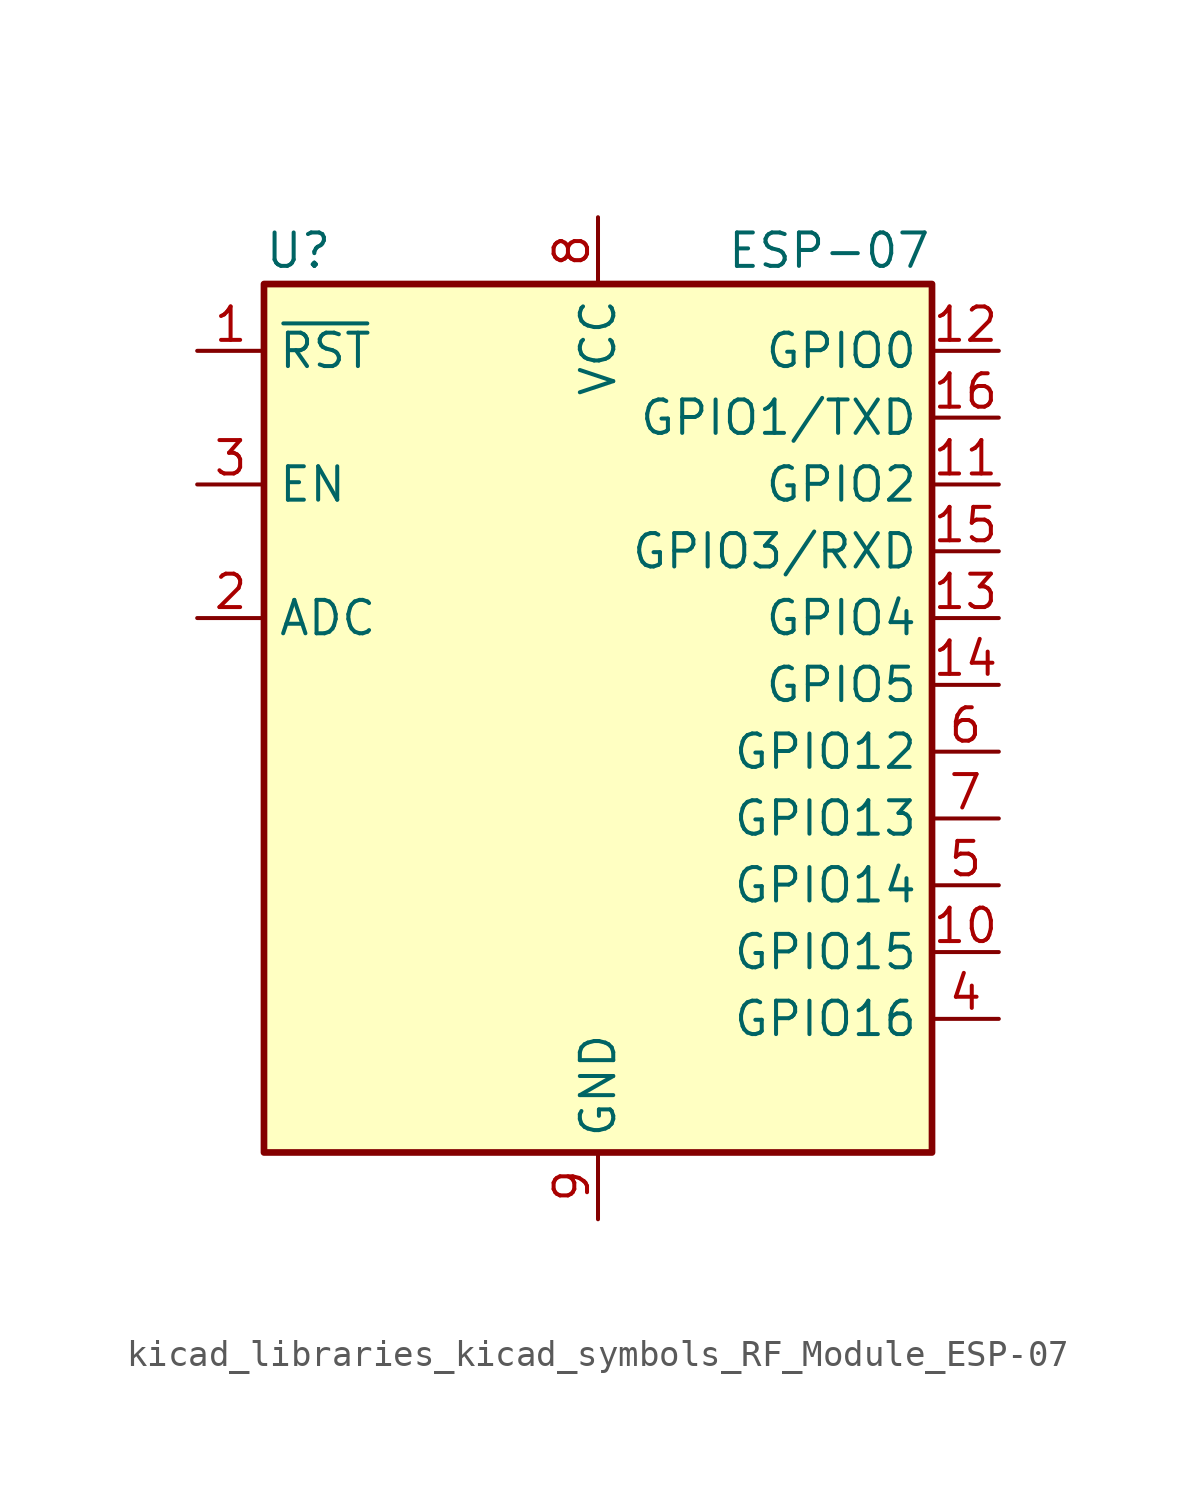
<source format=kicad_sym>
(kicad_symbol_lib
  (version 20220914)
  (generator kicad_symbol_editor)
  (symbol "kicad_libraries_kicad_symbols_RF_Module_ESP-07"
    (property "Reference" "U"
      (at -12.7 19.05 0)
      (effects (font (size 1.27 1.27)) (justify left)))
    (property "Value" "ESP-07"
      (at 12.7 19.05 0)
      (effects (font (size 1.27 1.27)) (justify right)))
    (symbol "kicad_libraries_kicad_symbols_RF_Module_ESP-07_0_1"
      (rectangle (start -12.7 17.78) (end 12.7 -15.24) (stroke (width 0.254) (type default)) (fill (type background))))
    (symbol "kicad_libraries_kicad_symbols_RF_Module_ESP-07_1_1"
      (pin input line (at -15.24 15.24 0) (length 2.54) (name "~{RST}" (effects (font (size 1.27 1.27)))) (number "1" (effects (font (size 1.27 1.27)))))
      (pin bidirectional line (at 15.24 -7.62 180) (length 2.54) (name "GPIO15" (effects (font (size 1.27 1.27)))) (number "10" (effects (font (size 1.27 1.27)))))
      (pin bidirectional line (at 15.24 10.16 180) (length 2.54) (name "GPIO2" (effects (font (size 1.27 1.27)))) (number "11" (effects (font (size 1.27 1.27)))))
      (pin bidirectional line (at 15.24 15.24 180) (length 2.54) (name "GPIO0" (effects (font (size 1.27 1.27)))) (number "12" (effects (font (size 1.27 1.27)))))
      (pin bidirectional line (at 15.24 5.08 180) (length 2.54) (name "GPIO4" (effects (font (size 1.27 1.27)))) (number "13" (effects (font (size 1.27 1.27)))))
      (pin bidirectional line (at 15.24 2.54 180) (length 2.54) (name "GPIO5" (effects (font (size 1.27 1.27)))) (number "14" (effects (font (size 1.27 1.27)))))
      (pin bidirectional line (at 15.24 7.62 180) (length 2.54) (name "GPIO3/RXD" (effects (font (size 1.27 1.27)))) (number "15" (effects (font (size 1.27 1.27)))))
      (pin bidirectional line (at 15.24 12.7 180) (length 2.54) (name "GPIO1/TXD" (effects (font (size 1.27 1.27)))) (number "16" (effects (font (size 1.27 1.27)))))
      (pin input line (at -15.24 5.08 0) (length 2.54) (name "ADC" (effects (font (size 1.27 1.27)))) (number "2" (effects (font (size 1.27 1.27)))))
      (pin input line (at -15.24 10.16 0) (length 2.54) (name "EN" (effects (font (size 1.27 1.27)))) (number "3" (effects (font (size 1.27 1.27)))))
      (pin bidirectional line (at 15.24 -10.16 180) (length 2.54) (name "GPIO16" (effects (font (size 1.27 1.27)))) (number "4" (effects (font (size 1.27 1.27)))))
      (pin bidirectional line (at 15.24 -5.08 180) (length 2.54) (name "GPIO14" (effects (font (size 1.27 1.27)))) (number "5" (effects (font (size 1.27 1.27)))))
      (pin bidirectional line (at 15.24 0 180) (length 2.54) (name "GPIO12" (effects (font (size 1.27 1.27)))) (number "6" (effects (font (size 1.27 1.27)))))
      (pin bidirectional line (at 15.24 -2.54 180) (length 2.54) (name "GPIO13" (effects (font (size 1.27 1.27)))) (number "7" (effects (font (size 1.27 1.27)))))
      (pin power_in line (at 0 20.32 270) (length 2.54) (name "VCC" (effects (font (size 1.27 1.27)))) (number "8" (effects (font (size 1.27 1.27)))))
      (pin power_in line (at 0 -17.78 90) (length 2.54) (name "GND" (effects (font (size 1.27 1.27)))) (number "9" (effects (font (size 1.27 1.27))))))))
</source>
